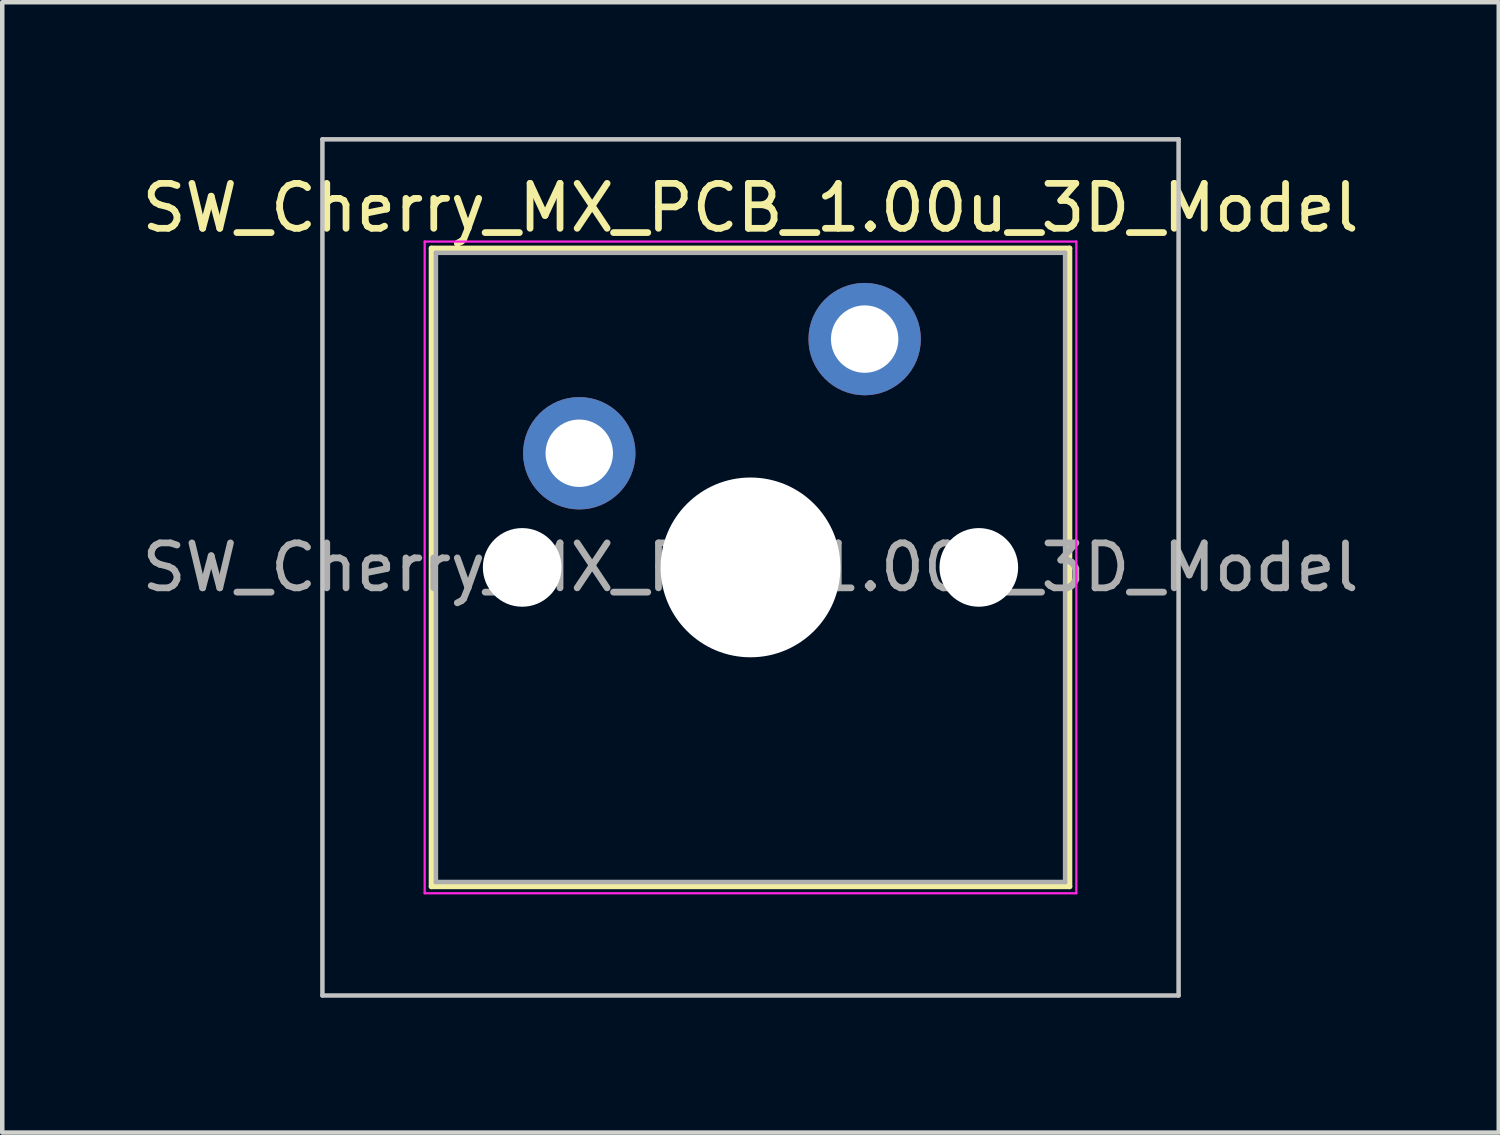
<source format=kicad_pcb>
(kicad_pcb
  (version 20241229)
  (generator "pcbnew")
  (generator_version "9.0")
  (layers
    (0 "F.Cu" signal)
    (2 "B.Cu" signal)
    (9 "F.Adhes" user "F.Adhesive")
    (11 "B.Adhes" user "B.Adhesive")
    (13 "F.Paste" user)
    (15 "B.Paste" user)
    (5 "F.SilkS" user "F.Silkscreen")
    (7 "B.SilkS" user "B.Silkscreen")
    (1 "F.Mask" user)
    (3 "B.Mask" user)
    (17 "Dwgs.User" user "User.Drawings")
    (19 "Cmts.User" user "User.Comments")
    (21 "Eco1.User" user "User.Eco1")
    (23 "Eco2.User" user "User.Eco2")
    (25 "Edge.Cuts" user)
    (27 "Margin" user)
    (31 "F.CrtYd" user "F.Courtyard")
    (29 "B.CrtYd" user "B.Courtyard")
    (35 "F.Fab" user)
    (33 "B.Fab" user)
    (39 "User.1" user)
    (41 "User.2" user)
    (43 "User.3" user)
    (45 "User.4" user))
  (footprint "SW_Cherry_MX_PCB_1.00u_3D_Model"
    (layer "F.Cu")
    (at 13.649 9.575)
    (property "Reference" "SW_Cherry_MX_PCB_1.00u_3D_Model" (at 0 -8 0) (layer "F.SilkS") (effects (font (size 1 1) (thickness 0.15))))
    (attr through_hole)
    (fp_line (start -7.1 -7.1) (end -7.1 7.1) (stroke (width 0.12) (type solid)) (layer "F.SilkS"))
    (fp_line (start -7.1 7.1) (end 7.1 7.1) (stroke (width 0.12) (type solid)) (layer "F.SilkS"))
    (fp_line (start 7.1 -7.1) (end -7.1 -7.1) (stroke (width 0.12) (type solid)) (layer "F.SilkS"))
    (fp_line (start 7.1 7.1) (end 7.1 -7.1) (stroke (width 0.12) (type solid)) (layer "F.SilkS"))
    (fp_line (start -9.525 -9.525) (end -9.525 9.525) (stroke (width 0.1) (type solid)) (layer "Dwgs.User"))
    (fp_line (start -9.525 9.525) (end 9.525 9.525) (stroke (width 0.1) (type solid)) (layer "Dwgs.User"))
    (fp_line (start 9.525 -9.525) (end -9.525 -9.525) (stroke (width 0.1) (type solid)) (layer "Dwgs.User"))
    (fp_line (start 9.525 9.525) (end 9.525 -9.525) (stroke (width 0.1) (type solid)) (layer "Dwgs.User"))
    (fp_line (start -7 -7) (end -7 7) (stroke (width 0.1) (type solid)) (layer "Eco1.User"))
    (fp_line (start -7 7) (end 7 7) (stroke (width 0.1) (type solid)) (layer "Eco1.User"))
    (fp_line (start 7 -7) (end -7 -7) (stroke (width 0.1) (type solid)) (layer "Eco1.User"))
    (fp_line (start 7 7) (end 7 -7) (stroke (width 0.1) (type solid)) (layer "Eco1.User"))
    (fp_line (start -7.25 -7.25) (end -7.25 7.25) (stroke (width 0.05) (type solid)) (layer "F.CrtYd"))
    (fp_line (start -7.25 7.25) (end 7.25 7.25) (stroke (width 0.05) (type solid)) (layer "F.CrtYd"))
    (fp_line (start 7.25 -7.25) (end -7.25 -7.25) (stroke (width 0.05) (type solid)) (layer "F.CrtYd"))
    (fp_line (start 7.25 7.25) (end 7.25 -7.25) (stroke (width 0.05) (type solid)) (layer "F.CrtYd"))
    (fp_line (start -7 -7) (end -7 7) (stroke (width 0.1) (type solid)) (layer "F.Fab"))
    (fp_line (start -7 7) (end 7 7) (stroke (width 0.1) (type solid)) (layer "F.Fab"))
    (fp_line (start 7 -7) (end -7 -7) (stroke (width 0.1) (type solid)) (layer "F.Fab"))
    (fp_line (start 7 7) (end 7 -7) (stroke (width 0.1) (type solid)) (layer "F.Fab"))
    (fp_text user "${REFERENCE}" (at 0 0 0) (layer "F.Fab") (effects (font (size 1 1) (thickness 0.15))))
    (pad "" np_thru_hole circle (at -5.08 0) (size 1.75 1.75) (drill 1.75) (layers "*.Cu" "*.Mask"))
    (pad "" np_thru_hole circle (at 0 0) (size 4 4) (drill 4) (layers "*.Cu" "*.Mask"))
    (pad "" np_thru_hole circle (at 5.08 0) (size 1.75 1.75) (drill 1.75) (layers "*.Cu" "*.Mask"))
    (pad "1" thru_hole circle (at -3.81 -2.54) (size 2.5 2.5) (drill 1.5) (layers "*.Cu" "*.Mask"))
    (pad "2" thru_hole circle (at 2.54 -5.08) (size 2.5 2.5) (drill 1.5) (layers "*.Cu" "*.Mask")))
  (gr_rect
    (start -3 -3)
    (end 30.298 22.15)
    (stroke (width 0.1) (type default))
    (fill no)
    (layer "Edge.Cuts")))
</source>
